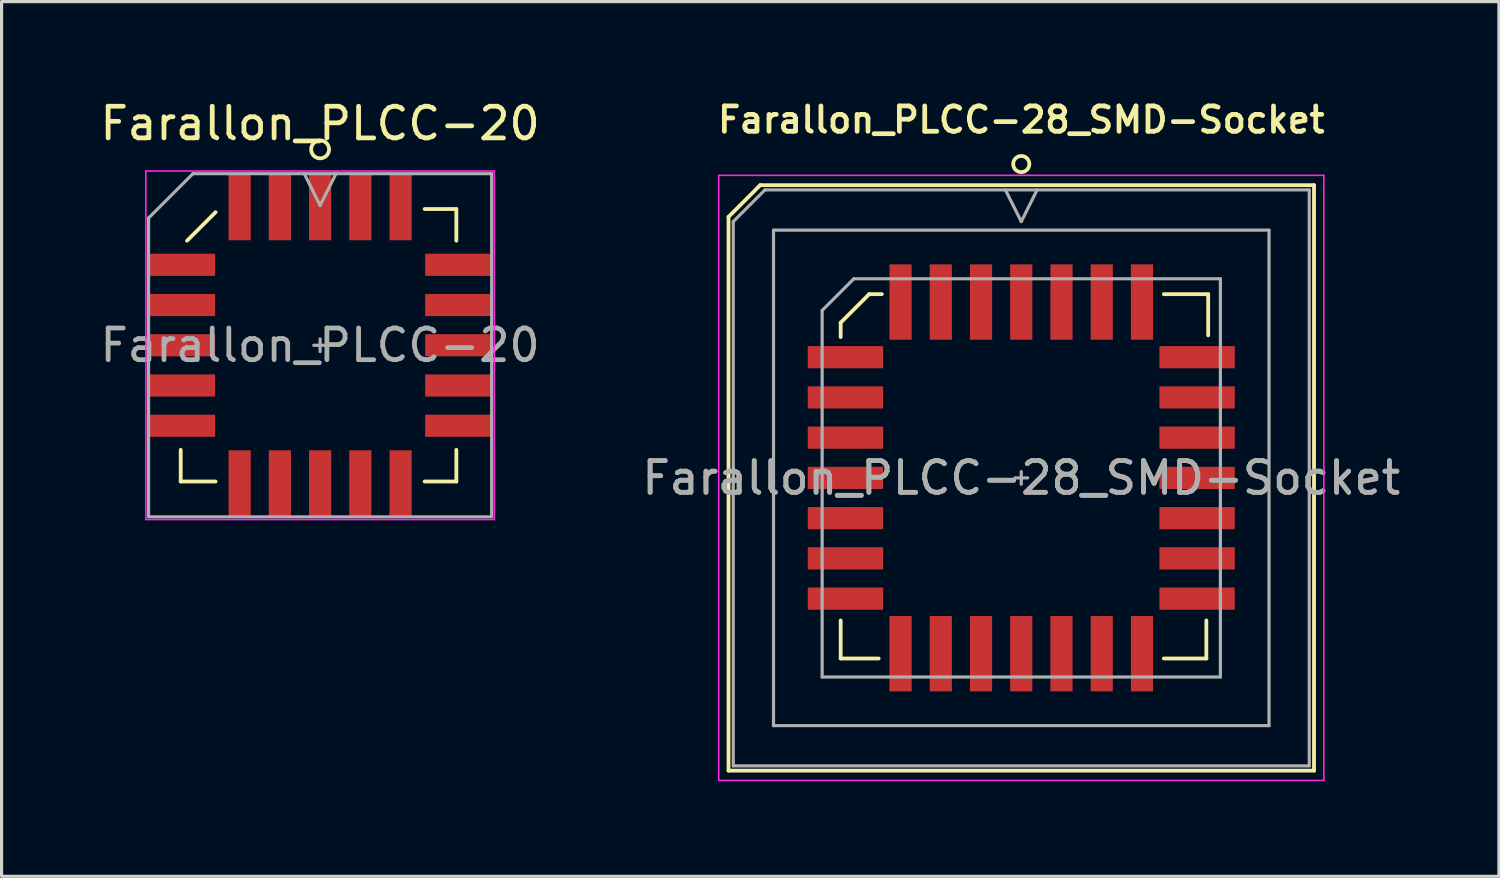
<source format=kicad_pcb>
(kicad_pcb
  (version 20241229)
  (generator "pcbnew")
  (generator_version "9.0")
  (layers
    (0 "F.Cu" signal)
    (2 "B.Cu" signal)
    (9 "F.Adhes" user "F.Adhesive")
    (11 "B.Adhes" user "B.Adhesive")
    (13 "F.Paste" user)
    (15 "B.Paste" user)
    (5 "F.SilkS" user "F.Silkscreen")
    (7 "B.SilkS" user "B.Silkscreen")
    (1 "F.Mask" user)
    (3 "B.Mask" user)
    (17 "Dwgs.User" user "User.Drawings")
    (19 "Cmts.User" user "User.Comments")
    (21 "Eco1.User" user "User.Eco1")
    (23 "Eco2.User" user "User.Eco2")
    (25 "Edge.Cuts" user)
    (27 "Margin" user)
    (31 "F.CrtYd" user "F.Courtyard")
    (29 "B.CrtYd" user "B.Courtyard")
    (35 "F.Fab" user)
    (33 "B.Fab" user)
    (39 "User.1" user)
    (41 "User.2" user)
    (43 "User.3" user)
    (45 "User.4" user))
  (footprint "Farallon_PLCC-20"
    (layer "F.Cu")
    (at 7.054 7.848)
    (property "Reference" "Farallon_PLCC-20" (at 0 -7 0) (layer "F.SilkS") (effects (font (size 1 1) (thickness 0.15))))
    (attr smd)
    (fp_line (start -4.4 3.3) (end -4.4 4.3) (stroke (width 0.12) (type default)) (layer "F.SilkS"))
    (fp_line (start -4.4 4.3) (end -3.3 4.3) (stroke (width 0.12) (type default)) (layer "F.SilkS"))
    (fp_line (start -3.3 -4.2) (end -4.2 -3.3) (stroke (width 0.12) (type default)) (layer "F.SilkS"))
    (fp_line (start 3.3 4.3) (end 4.3 4.3) (stroke (width 0.12) (type default)) (layer "F.SilkS"))
    (fp_line (start 4.3 -4.3) (end 3.3 -4.3) (stroke (width 0.12) (type default)) (layer "F.SilkS"))
    (fp_line (start 4.3 -3.3) (end 4.3 -4.3) (stroke (width 0.12) (type default)) (layer "F.SilkS"))
    (fp_line (start 4.3 4.3) (end 4.3 3.3) (stroke (width 0.12) (type default)) (layer "F.SilkS"))
    (fp_circle (center 0 -6.183) (end -0.2 -5.983) (stroke (width 0.12) (type default)) (fill no) (layer "F.SilkS"))
    (fp_line (start -5.5 -5.5) (end -5.5 5.5) (stroke (width 0.05) (type solid)) (layer "F.CrtYd"))
    (fp_line (start -5.5 5.5) (end 5.5 5.5) (stroke (width 0.05) (type solid)) (layer "F.CrtYd"))
    (fp_line (start 5.5 -5.5) (end -5.5 -5.5) (stroke (width 0.05) (type solid)) (layer "F.CrtYd"))
    (fp_line (start 5.5 5.5) (end 5.5 -5.5) (stroke (width 0.05) (type solid)) (layer "F.CrtYd"))
    (fp_line (start -5.415 -4.015) (end -5.415 5.415) (stroke (width 0.1) (type solid)) (layer "F.Fab"))
    (fp_line (start -5.415 5.415) (end 5.415 5.415) (stroke (width 0.1) (type solid)) (layer "F.Fab"))
    (fp_line (start -4.015 -5.415) (end -5.415 -4.015) (stroke (width 0.1) (type solid)) (layer "F.Fab"))
    (fp_line (start -0.5 -5.415) (end 0 -4.415) (stroke (width 0.1) (type solid)) (layer "F.Fab"))
    (fp_line (start -0.2 0) (end 0.3 0) (stroke (width 0.1) (type default)) (layer "F.Fab"))
    (fp_line (start 0 -4.415) (end 0.5 -5.415) (stroke (width 0.1) (type solid)) (layer "F.Fab"))
    (fp_line (start 0 -0.2) (end 0 0.2) (stroke (width 0.1) (type default)) (layer "F.Fab"))
    (fp_line (start 5.415 -5.415) (end -4.015 -5.415) (stroke (width 0.1) (type solid)) (layer "F.Fab"))
    (fp_line (start 5.415 5.415) (end 5.415 -5.415) (stroke (width 0.1) (type solid)) (layer "F.Fab"))
    (fp_text user "${REFERENCE}" (at 0 0 0) (layer "F.Fab") (effects (font (size 1 1) (thickness 0.15))))
    (pad "1" smd rect (at 0 -4.365) (size 0.7 2.1) (layers "F.Cu" "F.Mask" "F.Paste"))
    (pad "2" smd rect (at -1.27 -4.365) (size 0.7 2.1) (layers "F.Cu" "F.Mask" "F.Paste"))
    (pad "3" smd rect (at -2.54 -4.365) (size 0.7 2.1) (layers "F.Cu" "F.Mask" "F.Paste"))
    (pad "4" smd rect (at -4.365 -2.54) (size 2.1 0.7) (layers "F.Cu" "F.Mask" "F.Paste"))
    (pad "5" smd rect (at -4.365 -1.27) (size 2.1 0.7) (layers "F.Cu" "F.Mask" "F.Paste"))
    (pad "6" smd rect (at -4.365 0) (size 2.1 0.7) (layers "F.Cu" "F.Mask" "F.Paste"))
    (pad "7" smd rect (at -4.365 1.27) (size 2.1 0.7) (layers "F.Cu" "F.Mask" "F.Paste"))
    (pad "8" smd rect (at -4.365 2.54) (size 2.1 0.7) (layers "F.Cu" "F.Mask" "F.Paste"))
    (pad "9" smd rect (at -2.54 4.365) (size 0.7 2.1) (layers "F.Cu" "F.Mask" "F.Paste"))
    (pad "10" smd rect (at -1.27 4.365) (size 0.7 2.1) (layers "F.Cu" "F.Mask" "F.Paste"))
    (pad "11" smd rect (at 0 4.365) (size 0.7 2.1) (layers "F.Cu" "F.Mask" "F.Paste"))
    (pad "12" smd rect (at 1.27 4.365) (size 0.7 2.1) (layers "F.Cu" "F.Mask" "F.Paste"))
    (pad "13" smd rect (at 2.54 4.365) (size 0.7 2.1) (layers "F.Cu" "F.Mask" "F.Paste"))
    (pad "14" smd rect (at 4.365 2.54) (size 2.1 0.7) (layers "F.Cu" "F.Mask" "F.Paste"))
    (pad "15" smd rect (at 4.365 1.27) (size 2.1 0.7) (layers "F.Cu" "F.Mask" "F.Paste"))
    (pad "16" smd rect (at 4.365 0) (size 2.1 0.7) (layers "F.Cu" "F.Mask" "F.Paste"))
    (pad "17" smd rect (at 4.365 -1.27) (size 2.1 0.7) (layers "F.Cu" "F.Mask" "F.Paste"))
    (pad "18" smd rect (at 4.365 -2.54) (size 2.1 0.7) (layers "F.Cu" "F.Mask" "F.Paste"))
    (pad "19" smd rect (at 2.54 -4.365) (size 0.7 2.1) (layers "F.Cu" "F.Mask" "F.Paste"))
    (pad "20" smd rect (at 1.27 -4.365) (size 0.7 2.1) (layers "F.Cu" "F.Mask" "F.Paste")))
  (footprint "Farallon_PLCC-28_SMD-Socket"
    (layer "F.Cu")
    (at 29.185 12.034)
    (property "Reference" "Farallon_PLCC-28_SMD-Socket" (at 0 -11.303 0) (layer "F.SilkS") (effects (font (size 0.8 0.8) (thickness 0.15))))
    (attr smd)
    (fp_line (start -9.24 -8.24) (end -9.24 9.24) (stroke (width 0.12) (type solid)) (layer "F.SilkS"))
    (fp_line (start -9.24 9.24) (end 9.24 9.24) (stroke (width 0.12) (type solid)) (layer "F.SilkS"))
    (fp_line (start -8.24 -9.24) (end -9.24 -8.24) (stroke (width 0.12) (type solid)) (layer "F.SilkS"))
    (fp_line (start -5.7 -4.9) (end -4.8 -5.8) (stroke (width 0.12) (type default)) (layer "F.SilkS"))
    (fp_line (start -5.7 -4.445) (end -5.7 -4.9) (stroke (width 0.12) (type default)) (layer "F.SilkS"))
    (fp_line (start -5.7 4.5) (end -5.7 5.7) (stroke (width 0.12) (type default)) (layer "F.SilkS"))
    (fp_line (start -5.7 5.7) (end -4.5 5.7) (stroke (width 0.12) (type default)) (layer "F.SilkS"))
    (fp_line (start -4.8 -5.8) (end -4.4 -5.8) (stroke (width 0.12) (type default)) (layer "F.SilkS"))
    (fp_line (start 4.5 -5.8) (end 5.9 -5.8) (stroke (width 0.12) (type default)) (layer "F.SilkS"))
    (fp_line (start 5.842 4.5) (end 5.842 5.7) (stroke (width 0.12) (type default)) (layer "F.SilkS"))
    (fp_line (start 5.842 5.7) (end 4.5 5.7) (stroke (width 0.12) (type default)) (layer "F.SilkS"))
    (fp_line (start 5.9 -5.8) (end 5.9 -4.5) (stroke (width 0.12) (type default)) (layer "F.SilkS"))
    (fp_line (start 9.24 -9.24) (end -8.24 -9.24) (stroke (width 0.12) (type solid)) (layer "F.SilkS"))
    (fp_line (start 9.24 9.24) (end 9.24 -9.24) (stroke (width 0.12) (type solid)) (layer "F.SilkS"))
    (fp_circle (center -0.000001 -9.906) (end 0.18 -9.726) (stroke (width 0.12) (type default)) (fill no) (layer "F.SilkS"))
    (fp_line (start -9.55 -9.55) (end -9.55 9.55) (stroke (width 0.05) (type solid)) (layer "F.CrtYd"))
    (fp_line (start -9.55 9.55) (end 9.55 9.55) (stroke (width 0.05) (type solid)) (layer "F.CrtYd"))
    (fp_line (start 9.55 -9.55) (end -9.55 -9.55) (stroke (width 0.05) (type solid)) (layer "F.CrtYd"))
    (fp_line (start 9.55 9.55) (end 9.55 -9.55) (stroke (width 0.05) (type solid)) (layer "F.CrtYd"))
    (fp_line (start -9.09 -8.09) (end -9.09 9.09) (stroke (width 0.1) (type solid)) (layer "F.Fab"))
    (fp_line (start -9.09 9.09) (end 9.09 9.09) (stroke (width 0.1) (type solid)) (layer "F.Fab"))
    (fp_line (start -8.09 -9.09) (end -9.09 -8.09) (stroke (width 0.1) (type solid)) (layer "F.Fab"))
    (fp_line (start -7.82 -7.82) (end -7.82 7.82) (stroke (width 0.1) (type solid)) (layer "F.Fab"))
    (fp_line (start -7.82 7.82) (end 7.82 7.82) (stroke (width 0.1) (type solid)) (layer "F.Fab"))
    (fp_line (start -6.285 -5.285) (end -6.285 6.285) (stroke (width 0.1) (type solid)) (layer "F.Fab"))
    (fp_line (start -6.285 6.285) (end 6.285 6.285) (stroke (width 0.1) (type solid)) (layer "F.Fab"))
    (fp_line (start -5.285 -6.285) (end -6.285 -5.285) (stroke (width 0.1) (type solid)) (layer "F.Fab"))
    (fp_line (start -0.5 -9.09) (end 0 -8.09) (stroke (width 0.1) (type solid)) (layer "F.Fab"))
    (fp_line (start -0.2 0) (end 0.2 0) (stroke (width 0.1) (type default)) (layer "F.Fab"))
    (fp_line (start 0 -8.09) (end 0.5 -9.09) (stroke (width 0.1) (type solid)) (layer "F.Fab"))
    (fp_line (start 0 -0.2) (end 0 0.2) (stroke (width 0.1) (type default)) (layer "F.Fab"))
    (fp_line (start 6.285 -6.285) (end -5.285 -6.285) (stroke (width 0.1) (type solid)) (layer "F.Fab"))
    (fp_line (start 6.285 6.285) (end 6.285 -6.285) (stroke (width 0.1) (type solid)) (layer "F.Fab"))
    (fp_line (start 7.82 -7.82) (end -7.82 -7.82) (stroke (width 0.1) (type solid)) (layer "F.Fab"))
    (fp_line (start 7.82 7.82) (end 7.82 -7.82) (stroke (width 0.1) (type solid)) (layer "F.Fab"))
    (fp_line (start 9.09 -9.09) (end -8.09 -9.09) (stroke (width 0.1) (type solid)) (layer "F.Fab"))
    (fp_line (start 9.09 9.09) (end 9.09 -9.09) (stroke (width 0.1) (type solid)) (layer "F.Fab"))
    (fp_text user "${REFERENCE}" (at 0 0 0) (layer "F.Fab") (effects (font (size 1 1) (thickness 0.15))))
    (fp_text user "${REFERENCE}" (at 0 0 0) (layer "F.Fab") (effects (font (size 1 1) (thickness 0.15))))
    (pad "1" smd rect (at 0 -5.55) (size 0.7 2.379) (layers "F.Cu" "F.Mask" "F.Paste"))
    (pad "2" smd rect (at -1.27 -5.55) (size 0.7 2.379) (layers "F.Cu" "F.Mask" "F.Paste"))
    (pad "3" smd rect (at -2.54 -5.55) (size 0.7 2.379) (layers "F.Cu" "F.Mask" "F.Paste"))
    (pad "4" smd rect (at -3.81 -5.55) (size 0.7 2.379) (layers "F.Cu" "F.Mask" "F.Paste"))
    (pad "5" smd rect (at -5.55 -3.81) (size 2.379 0.7) (layers "F.Cu" "F.Mask" "F.Paste"))
    (pad "6" smd rect (at -5.55 -2.54) (size 2.379 0.7) (layers "F.Cu" "F.Mask" "F.Paste"))
    (pad "7" smd rect (at -5.55 -1.27) (size 2.379 0.7) (layers "F.Cu" "F.Mask" "F.Paste"))
    (pad "8" smd rect (at -5.55 0) (size 2.379 0.7) (layers "F.Cu" "F.Mask" "F.Paste"))
    (pad "9" smd rect (at -5.55 1.27) (size 2.379 0.7) (layers "F.Cu" "F.Mask" "F.Paste"))
    (pad "10" smd rect (at -5.55 2.54) (size 2.379 0.7) (layers "F.Cu" "F.Mask" "F.Paste"))
    (pad "11" smd rect (at -5.55 3.81) (size 2.379 0.7) (layers "F.Cu" "F.Mask" "F.Paste"))
    (pad "12" smd rect (at -3.81 5.55) (size 0.7 2.379) (layers "F.Cu" "F.Mask" "F.Paste"))
    (pad "13" smd rect (at -2.54 5.55) (size 0.7 2.379) (layers "F.Cu" "F.Mask" "F.Paste"))
    (pad "14" smd rect (at -1.27 5.55) (size 0.7 2.379) (layers "F.Cu" "F.Mask" "F.Paste"))
    (pad "15" smd rect (at 0 5.55) (size 0.7 2.379) (layers "F.Cu" "F.Mask" "F.Paste"))
    (pad "16" smd rect (at 1.27 5.55) (size 0.7 2.379) (layers "F.Cu" "F.Mask" "F.Paste"))
    (pad "17" smd rect (at 2.54 5.55) (size 0.7 2.379) (layers "F.Cu" "F.Mask" "F.Paste"))
    (pad "18" smd rect (at 3.81 5.55) (size 0.7 2.379) (layers "F.Cu" "F.Mask" "F.Paste"))
    (pad "19" smd rect (at 5.55 3.81) (size 2.379 0.7) (layers "F.Cu" "F.Mask" "F.Paste"))
    (pad "20" smd rect (at 5.55 2.54) (size 2.379 0.7) (layers "F.Cu" "F.Mask" "F.Paste"))
    (pad "21" smd rect (at 5.55 1.27) (size 2.379 0.7) (layers "F.Cu" "F.Mask" "F.Paste"))
    (pad "22" smd rect (at 5.55 0) (size 2.379 0.7) (layers "F.Cu" "F.Mask" "F.Paste"))
    (pad "23" smd rect (at 5.55 -1.27) (size 2.379 0.7) (layers "F.Cu" "F.Mask" "F.Paste"))
    (pad "24" smd rect (at 5.55 -2.54) (size 2.379 0.7) (layers "F.Cu" "F.Mask" "F.Paste"))
    (pad "25" smd rect (at 5.55 -3.81) (size 2.379 0.7) (layers "F.Cu" "F.Mask" "F.Paste"))
    (pad "26" smd rect (at 3.81 -5.55) (size 0.7 2.379) (layers "F.Cu" "F.Mask" "F.Paste"))
    (pad "27" smd rect (at 2.54 -5.55) (size 0.7 2.379) (layers "F.Cu" "F.Mask" "F.Paste"))
    (pad "28" smd rect (at 1.27 -5.55) (size 0.7 2.379) (layers "F.Cu" "F.Mask" "F.Paste")))
  (gr_rect
    (start -3 -3)
    (end 44.262 24.609)
    (stroke (width 0.1) (type default))
    (fill no)
    (layer "Edge.Cuts")))
</source>
